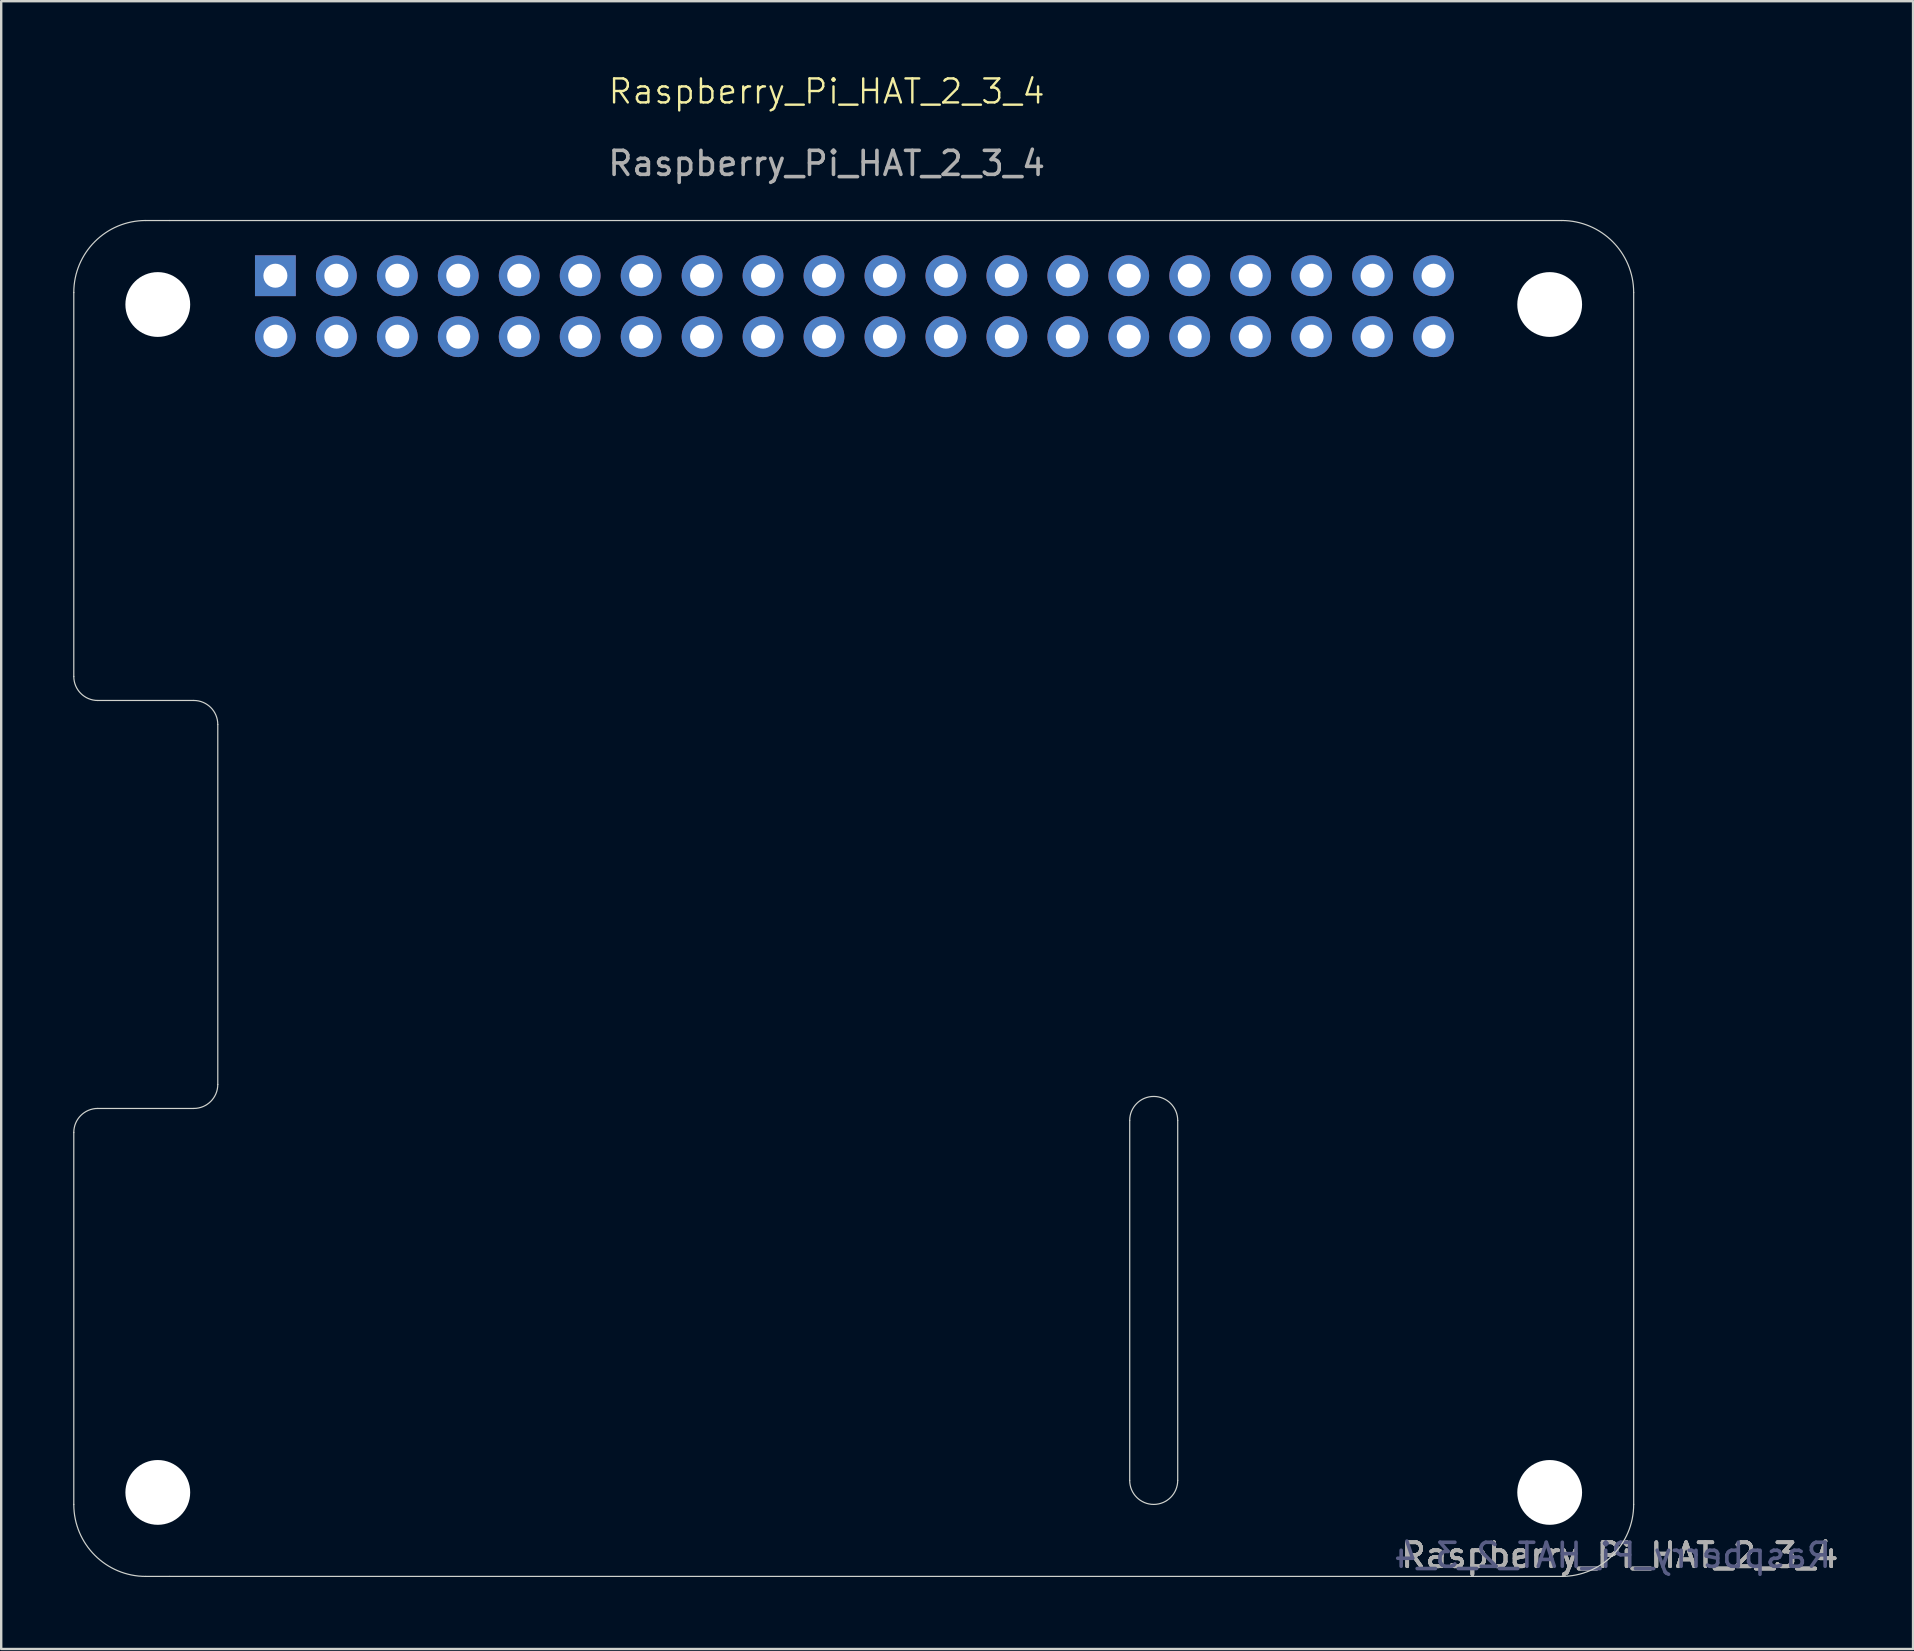
<source format=kicad_pcb>
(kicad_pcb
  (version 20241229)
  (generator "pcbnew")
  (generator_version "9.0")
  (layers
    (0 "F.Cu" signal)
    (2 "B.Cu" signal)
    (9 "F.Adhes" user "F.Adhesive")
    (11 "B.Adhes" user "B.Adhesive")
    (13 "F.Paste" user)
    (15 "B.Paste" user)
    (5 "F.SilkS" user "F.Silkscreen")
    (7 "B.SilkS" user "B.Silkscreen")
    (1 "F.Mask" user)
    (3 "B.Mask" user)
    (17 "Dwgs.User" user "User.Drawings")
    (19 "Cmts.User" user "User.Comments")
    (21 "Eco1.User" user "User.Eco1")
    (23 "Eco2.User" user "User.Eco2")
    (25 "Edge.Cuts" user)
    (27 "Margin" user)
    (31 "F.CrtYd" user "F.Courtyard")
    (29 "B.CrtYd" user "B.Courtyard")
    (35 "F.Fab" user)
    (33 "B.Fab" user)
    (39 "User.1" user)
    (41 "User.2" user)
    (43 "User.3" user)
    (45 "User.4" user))
  (footprint "Raspberry_Pi_HAT_2_3_4"
    (layer "F.Cu")
    (at 31.396 1.26)
    (property "Reference" "Raspberry_Pi_HAT_2_3_4" (at 0 -0.5 0) (unlocked yes) (layer "F.SilkS") (effects (font (size 1 1) (thickness 0.1))))
    (attr smd)
    (fp_line (start -31.371 23.879) (end -31.371 7.879) (stroke (width 0.05) (type solid)) (layer "Edge.Cuts"))
    (fp_line (start -31.371 58.379) (end -31.371 42.879) (stroke (width 0.05) (type solid)) (layer "Edge.Cuts"))
    (fp_line (start -30.371 24.879) (end -26.371 24.879) (stroke (width 0.05) (type solid)) (layer "Edge.Cuts"))
    (fp_line (start -30.371 41.879) (end -26.371 41.879) (stroke (width 0.05) (type solid)) (layer "Edge.Cuts"))
    (fp_line (start -28.371 4.879) (end -27.371 4.879) (stroke (width 0.05) (type solid)) (layer "Edge.Cuts"))
    (fp_line (start -28.371 61.379) (end -27.371 61.379) (stroke (width 0.05) (type solid)) (layer "Edge.Cuts"))
    (fp_line (start -27.371 4.879) (end 30.629 4.879) (stroke (width 0.05) (type solid)) (layer "Edge.Cuts"))
    (fp_line (start -27.371 61.379) (end 30.629 61.379) (stroke (width 0.05) (type solid)) (layer "Edge.Cuts"))
    (fp_line (start -25.371 40.879) (end -25.371 25.879) (stroke (width 0.05) (type solid)) (layer "Edge.Cuts"))
    (fp_line (start 12.629 57.379) (end 12.629 42.379) (stroke (width 0.05) (type solid)) (layer "Edge.Cuts"))
    (fp_line (start 14.629 57.379) (end 14.629 42.379) (stroke (width 0.05) (type solid)) (layer "Edge.Cuts"))
    (fp_line (start 33.629 58.379) (end 33.629 7.879) (stroke (width 0.05) (type solid)) (layer "Edge.Cuts"))
    (fp_arc (start -31.37132 7.87868) (mid -30.49264 5.75736) (end -28.37132 4.87868) (stroke (width 0.05) (type solid)) (layer "Edge.Cuts"))
    (fp_arc (start -31.37132 42.87868) (mid -31.078427 42.171573) (end -30.37132 41.87868) (stroke (width 0.05) (type solid)) (layer "Edge.Cuts"))
    (fp_arc (start -30.37132 24.87868) (mid -31.078427 24.585787) (end -31.37132 23.87868) (stroke (width 0.05) (type solid)) (layer "Edge.Cuts"))
    (fp_arc (start -28.37132 61.37868) (mid -30.49264 60.5) (end -31.37132 58.37868) (stroke (width 0.05) (type solid)) (layer "Edge.Cuts"))
    (fp_arc (start -26.37132 24.87868) (mid -25.664213 25.171573) (end -25.37132 25.87868) (stroke (width 0.05) (type solid)) (layer "Edge.Cuts"))
    (fp_arc (start -25.37132 40.87868) (mid -25.664213 41.585787) (end -26.37132 41.87868) (stroke (width 0.05) (type solid)) (layer "Edge.Cuts"))
    (fp_arc (start 12.62868 42.37868) (mid 13.62868 41.37868) (end 14.62868 42.37868) (stroke (width 0.05) (type solid)) (layer "Edge.Cuts"))
    (fp_arc (start 14.62868 57.37868) (mid 13.62868 58.37868) (end 12.62868 57.37868) (stroke (width 0.05) (type solid)) (layer "Edge.Cuts"))
    (fp_arc (start 30.62868 4.87868) (mid 32.75 5.75736) (end 33.62868 7.87868) (stroke (width 0.05) (type solid)) (layer "Edge.Cuts"))
    (fp_arc (start 33.62868 58.37868) (mid 32.75 60.5) (end 30.62868 61.37868) (stroke (width 0.05) (type solid)) (layer "Edge.Cuts"))
    (fp_text user "${REFERENCE}" (at 32.75 60.5 180) (layer "B.Fab") (effects (font (size 1 1) (thickness 0.15)) (justify mirror)))
    (fp_text user "${REFERENCE}" (at 33.05 60.5 0) (layer "F.Fab") (effects (font (size 1 1) (thickness 0.15))))
    (fp_text user "${REFERENCE}" (at 33.05 60.5 0) (layer "F.Fab") (effects (font (size 1 1) (thickness 0.15))))
    (fp_text user "${REFERENCE}" (at 33.05 60.5 0) (layer "F.Fab") (effects (font (size 1 1) (thickness 0.15))))
    (fp_text user "${REFERENCE}" (at 33.05 60.5 0) (layer "F.Fab") (effects (font (size 1 1) (thickness 0.15))))
    (fp_text user "${REFERENCE}" (at 0 2.5 0) (unlocked yes) (layer "F.Fab") (effects (font (size 1 1) (thickness 0.15))))
    (pad "" np_thru_hole circle (at -27.871 8.379) (size 2.7 2.7) (drill 2.7) (layers "*.Cu" "*.Mask"))
    (pad "" np_thru_hole circle (at -27.871 57.879) (size 2.7 2.7) (drill 2.7) (layers "*.Cu" "*.Mask"))
    (pad "" np_thru_hole circle (at 30.129 8.379) (size 2.7 2.7) (drill 2.7) (layers "*.Cu" "*.Mask"))
    (pad "" np_thru_hole circle (at 30.129 57.879) (size 2.7 2.7) (drill 2.7) (layers "*.Cu" "*.Mask"))
    (pad "1" thru_hole oval (at -22.971 9.719 270) (size 1.7 1.7) (drill 1) (layers "*.Cu" "*.Mask"))
    (pad "2" thru_hole rect (at -22.971 7.179 270) (size 1.7 1.7) (drill 1) (layers "*.Cu" "*.Mask"))
    (pad "3" thru_hole oval (at -20.431 9.719 270) (size 1.7 1.7) (drill 1) (layers "*.Cu" "*.Mask"))
    (pad "4" thru_hole oval (at -20.431 7.179 270) (size 1.7 1.7) (drill 1) (layers "*.Cu" "*.Mask"))
    (pad "5" thru_hole oval (at -17.891 9.719 270) (size 1.7 1.7) (drill 1) (layers "*.Cu" "*.Mask"))
    (pad "6" thru_hole oval (at -17.891 7.179 270) (size 1.7 1.7) (drill 1) (layers "*.Cu" "*.Mask"))
    (pad "7" thru_hole oval (at -15.351 9.719 270) (size 1.7 1.7) (drill 1) (layers "*.Cu" "*.Mask"))
    (pad "8" thru_hole oval (at -15.351 7.179 270) (size 1.7 1.7) (drill 1) (layers "*.Cu" "*.Mask"))
    (pad "9" thru_hole oval (at -12.811 9.719 270) (size 1.7 1.7) (drill 1) (layers "*.Cu" "*.Mask"))
    (pad "10" thru_hole oval (at -12.811 7.179 270) (size 1.7 1.7) (drill 1) (layers "*.Cu" "*.Mask"))
    (pad "11" thru_hole oval (at -10.271 9.719 270) (size 1.7 1.7) (drill 1) (layers "*.Cu" "*.Mask"))
    (pad "12" thru_hole oval (at -10.271 7.179 270) (size 1.7 1.7) (drill 1) (layers "*.Cu" "*.Mask"))
    (pad "13" thru_hole oval (at -7.731 9.719 270) (size 1.7 1.7) (drill 1) (layers "*.Cu" "*.Mask"))
    (pad "14" thru_hole oval (at -7.731 7.179 270) (size 1.7 1.7) (drill 1) (layers "*.Cu" "*.Mask"))
    (pad "15" thru_hole oval (at -5.191 9.719 270) (size 1.7 1.7) (drill 1) (layers "*.Cu" "*.Mask"))
    (pad "16" thru_hole oval (at -5.191 7.179 270) (size 1.7 1.7) (drill 1) (layers "*.Cu" "*.Mask"))
    (pad "17" thru_hole oval (at -2.651 9.719 270) (size 1.7 1.7) (drill 1) (layers "*.Cu" "*.Mask"))
    (pad "18" thru_hole oval (at -2.651 7.179 270) (size 1.7 1.7) (drill 1) (layers "*.Cu" "*.Mask"))
    (pad "19" thru_hole oval (at -0.111 9.719 270) (size 1.7 1.7) (drill 1) (layers "*.Cu" "*.Mask"))
    (pad "20" thru_hole oval (at -0.111 7.179 270) (size 1.7 1.7) (drill 1) (layers "*.Cu" "*.Mask"))
    (pad "21" thru_hole oval (at 2.429 9.719 270) (size 1.7 1.7) (drill 1) (layers "*.Cu" "*.Mask"))
    (pad "22" thru_hole oval (at 2.429 7.179 270) (size 1.7 1.7) (drill 1) (layers "*.Cu" "*.Mask"))
    (pad "23" thru_hole oval (at 4.969 9.719 270) (size 1.7 1.7) (drill 1) (layers "*.Cu" "*.Mask"))
    (pad "24" thru_hole oval (at 4.969 7.179 270) (size 1.7 1.7) (drill 1) (layers "*.Cu" "*.Mask"))
    (pad "25" thru_hole oval (at 7.509 9.719 270) (size 1.7 1.7) (drill 1) (layers "*.Cu" "*.Mask"))
    (pad "26" thru_hole oval (at 7.509 7.179 270) (size 1.7 1.7) (drill 1) (layers "*.Cu" "*.Mask"))
    (pad "27" thru_hole oval (at 10.049 9.719 270) (size 1.7 1.7) (drill 1) (layers "*.Cu" "*.Mask"))
    (pad "28" thru_hole oval (at 10.049 7.179 270) (size 1.7 1.7) (drill 1) (layers "*.Cu" "*.Mask"))
    (pad "29" thru_hole oval (at 12.589 9.719 270) (size 1.7 1.7) (drill 1) (layers "*.Cu" "*.Mask"))
    (pad "30" thru_hole oval (at 12.589 7.179 270) (size 1.7 1.7) (drill 1) (layers "*.Cu" "*.Mask"))
    (pad "31" thru_hole oval (at 15.129 9.719 270) (size 1.7 1.7) (drill 1) (layers "*.Cu" "*.Mask"))
    (pad "32" thru_hole oval (at 15.129 7.179 270) (size 1.7 1.7) (drill 1) (layers "*.Cu" "*.Mask"))
    (pad "33" thru_hole oval (at 17.669 9.719 270) (size 1.7 1.7) (drill 1) (layers "*.Cu" "*.Mask"))
    (pad "34" thru_hole oval (at 17.669 7.179 270) (size 1.7 1.7) (drill 1) (layers "*.Cu" "*.Mask"))
    (pad "35" thru_hole oval (at 20.209 9.719 270) (size 1.7 1.7) (drill 1) (layers "*.Cu" "*.Mask"))
    (pad "36" thru_hole oval (at 20.209 7.179 270) (size 1.7 1.7) (drill 1) (layers "*.Cu" "*.Mask"))
    (pad "37" thru_hole oval (at 22.749 9.719 270) (size 1.7 1.7) (drill 1) (layers "*.Cu" "*.Mask"))
    (pad "38" thru_hole oval (at 22.749 7.179 270) (size 1.7 1.7) (drill 1) (layers "*.Cu" "*.Mask"))
    (pad "39" thru_hole oval (at 25.289 9.719 270) (size 1.7 1.7) (drill 1) (layers "*.Cu" "*.Mask"))
    (pad "40" thru_hole oval (at 25.289 7.179 270) (size 1.7 1.7) (drill 1) (layers "*.Cu" "*.Mask")))
  (gr_rect
    (start -3 -3)
    (end 76.667 65.664)
    (stroke (width 0.1) (type default))
    (fill no)
    (layer "Edge.Cuts")))
</source>
